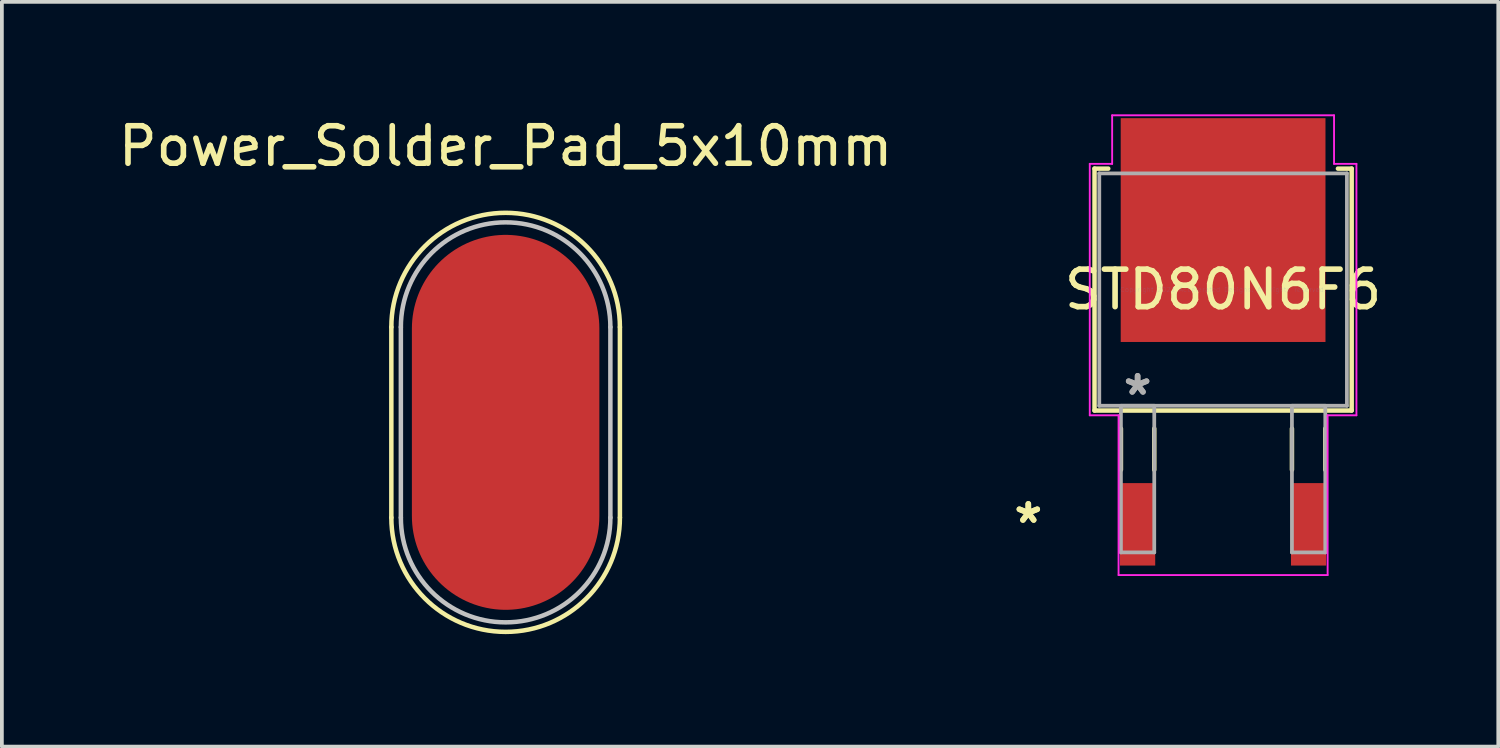
<source format=kicad_pcb>
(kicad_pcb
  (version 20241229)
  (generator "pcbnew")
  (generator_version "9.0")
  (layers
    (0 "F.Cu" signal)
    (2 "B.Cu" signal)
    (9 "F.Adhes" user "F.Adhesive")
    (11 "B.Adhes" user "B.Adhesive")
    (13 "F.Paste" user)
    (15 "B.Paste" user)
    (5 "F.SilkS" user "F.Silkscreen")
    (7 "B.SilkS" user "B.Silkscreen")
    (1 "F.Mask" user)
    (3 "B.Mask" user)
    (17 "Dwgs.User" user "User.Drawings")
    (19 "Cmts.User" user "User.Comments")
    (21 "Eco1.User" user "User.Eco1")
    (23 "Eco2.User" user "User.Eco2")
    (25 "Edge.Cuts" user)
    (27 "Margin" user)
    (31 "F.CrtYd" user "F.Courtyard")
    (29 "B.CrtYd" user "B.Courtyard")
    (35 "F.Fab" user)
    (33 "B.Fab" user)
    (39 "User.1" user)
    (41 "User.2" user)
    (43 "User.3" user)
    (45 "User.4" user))
  (footprint "STD80N6F6"
    (layer "F.Cu")
    (at 29.57 4.673)
    (property "Reference" "STD80N6F6" (at 0 0 0) (layer "F.SilkS") (effects (font (size 1 1) (thickness 0.15))))
    (attr through_hole)
    (fp_line (start -3.429 -3.226) (end -3.429 3.226) (stroke (width 0.12) (type solid)) (layer "F.SilkS"))
    (fp_line (start -3.429 3.226) (end 3.429 3.226) (stroke (width 0.12) (type solid)) (layer "F.SilkS"))
    (fp_line (start -3.063 -3.226) (end -3.429 -3.226) (stroke (width 0.12) (type solid)) (layer "F.SilkS"))
    (fp_line (start -2.725 3.708) (end -2.725 4.806) (stroke (width 0.12) (type solid)) (layer "F.SilkS"))
    (fp_line (start -1.836 3.708) (end -1.836 4.806) (stroke (width 0.12) (type solid)) (layer "F.SilkS"))
    (fp_line (start 1.836 3.708) (end 1.836 4.806) (stroke (width 0.12) (type solid)) (layer "F.SilkS"))
    (fp_line (start 2.725 3.708) (end 2.725 4.806) (stroke (width 0.12) (type solid)) (layer "F.SilkS"))
    (fp_line (start 3.429 -3.226) (end 3.063 -3.226) (stroke (width 0.12) (type solid)) (layer "F.SilkS"))
    (fp_line (start 3.429 3.226) (end 3.429 -3.226) (stroke (width 0.12) (type solid)) (layer "F.SilkS"))
    (fp_line (start -3.556 -3.353) (end -2.959 -3.353) (stroke (width 0.05) (type solid)) (layer "F.CrtYd"))
    (fp_line (start -3.556 3.353) (end -3.556 -3.353) (stroke (width 0.05) (type solid)) (layer "F.CrtYd"))
    (fp_line (start -2.959 -4.648) (end 2.959 -4.648) (stroke (width 0.05) (type solid)) (layer "F.CrtYd"))
    (fp_line (start -2.959 -3.353) (end -2.959 -4.648) (stroke (width 0.05) (type solid)) (layer "F.CrtYd"))
    (fp_line (start -2.788 3.353) (end -3.556 3.353) (stroke (width 0.05) (type solid)) (layer "F.CrtYd"))
    (fp_line (start -2.788 7.614) (end -2.788 3.353) (stroke (width 0.05) (type solid)) (layer "F.CrtYd"))
    (fp_line (start 2.788 3.353) (end 2.788 7.614) (stroke (width 0.05) (type solid)) (layer "F.CrtYd"))
    (fp_line (start 2.788 7.614) (end -2.788 7.614) (stroke (width 0.05) (type solid)) (layer "F.CrtYd"))
    (fp_line (start 2.959 -4.648) (end 2.959 -3.353) (stroke (width 0.05) (type solid)) (layer "F.CrtYd"))
    (fp_line (start 2.959 -3.353) (end 3.556 -3.353) (stroke (width 0.05) (type solid)) (layer "F.CrtYd"))
    (fp_line (start 3.556 -3.353) (end 3.556 3.353) (stroke (width 0.05) (type solid)) (layer "F.CrtYd"))
    (fp_line (start 3.556 3.353) (end 2.788 3.353) (stroke (width 0.05) (type solid)) (layer "F.CrtYd"))
    (fp_line (start -3.302 -3.099) (end -3.302 3.099) (stroke (width 0.1) (type solid)) (layer "F.Fab"))
    (fp_line (start -3.302 3.099) (end 3.302 3.099) (stroke (width 0.1) (type solid)) (layer "F.Fab"))
    (fp_line (start -2.725 3.099) (end -2.725 7.01) (stroke (width 0.1) (type solid)) (layer "F.Fab"))
    (fp_line (start -2.725 7.01) (end -1.836 7.01) (stroke (width 0.1) (type solid)) (layer "F.Fab"))
    (fp_line (start -1.836 3.099) (end -2.725 3.099) (stroke (width 0.1) (type solid)) (layer "F.Fab"))
    (fp_line (start -1.836 7.01) (end -1.836 3.099) (stroke (width 0.1) (type solid)) (layer "F.Fab"))
    (fp_line (start 1.836 3.099) (end 1.836 7.01) (stroke (width 0.1) (type solid)) (layer "F.Fab"))
    (fp_line (start 1.836 7.01) (end 2.725 7.01) (stroke (width 0.1) (type solid)) (layer "F.Fab"))
    (fp_line (start 2.725 3.099) (end 1.836 3.099) (stroke (width 0.1) (type solid)) (layer "F.Fab"))
    (fp_line (start 2.725 7.01) (end 2.725 3.099) (stroke (width 0.1) (type solid)) (layer "F.Fab"))
    (fp_line (start 3.302 -3.099) (end -3.302 -3.099) (stroke (width 0.1) (type solid)) (layer "F.Fab"))
    (fp_line (start 3.302 3.099) (end 3.302 -3.099) (stroke (width 0.1) (type solid)) (layer "F.Fab"))
    (fp_text user "*" (at -5.195 6.261 0) (layer "F.SilkS") (effects (font (size 1 1) (thickness 0.15))))
    (fp_text user "*" (at -5.195 6.261 0) (layer "F.SilkS") (effects (font (size 1 1) (thickness 0.15))))
    (fp_text user "Copyright 2021 Accelerated Designs. All rights reserved." (at 0 0 0) (layer "Cmts.User") (effects (font (size 0.127 0.127) (thickness 0.002))))
    (fp_text user "*" (at -2.28 2.845 0) (layer "F.Fab") (effects (font (size 1 1) (thickness 0.15))))
    (fp_text user "*" (at -2.28 2.845 0) (layer "F.Fab") (effects (font (size 1 1) (thickness 0.15))))
    (pad "1" smd rect (at -2.28 6.261) (size 0.939 2.199) (layers "F.Cu" "F.Mask" "F.Paste"))
    (pad "2" smd rect (at 0 -1.587) (size 5.461 5.969) (layers "F.Cu" "F.Mask" "F.Paste"))
    (pad "3" smd rect (at 2.28 6.261) (size 0.939 2.199) (layers "F.Cu" "F.Mask" "F.Paste")))
  (footprint "Power_Solder_Pad_5x10mm"
    (layer "F.Cu")
    (at 10.435 5.928)
    (property "Reference" "Power_Solder_Pad_5x10mm" (at 0 -5.08 0) (layer "F.SilkS") (effects (font (size 1 1) (thickness 0.15))))
    (attr through_hole)
    (fp_line (start -3.048 -0.254) (end -3.048 4.826) (stroke (width 0.12) (type solid)) (layer "F.SilkS"))
    (fp_line (start 3.048 4.826) (end 3.048 -0.254) (stroke (width 0.12) (type solid)) (layer "F.SilkS"))
    (fp_arc (start -3.048 -0.254) (mid 0 -3.302) (end 3.048 -0.254) (stroke (width 0.12) (type solid)) (layer "F.SilkS"))
    (fp_arc (start 3.048 4.826) (mid 0 7.874) (end -3.048 4.826) (stroke (width 0.12) (type solid)) (layer "F.SilkS"))
    (fp_line (start -2.794 -0.254) (end -2.794 4.826) (stroke (width 0.12) (type solid)) (layer "Dwgs.User"))
    (fp_line (start 2.794 4.826) (end 2.794 -0.254) (stroke (width 0.12) (type solid)) (layer "Dwgs.User"))
    (fp_arc (start -2.794 -0.254) (mid 0 -3.048) (end 2.794 -0.254) (stroke (width 0.12) (type solid)) (layer "Dwgs.User"))
    (fp_arc (start 2.794 4.826) (mid 0 7.62) (end -2.794 4.826) (stroke (width 0.12) (type solid)) (layer "Dwgs.User"))
    (pad "1" smd oval (at 0 2.286) (size 5 10) (layers "F.Cu" "F.Mask" "F.Paste")))
  (gr_rect
    (start -3 -3)
    (end 36.909 16.862)
    (stroke (width 0.1) (type default))
    (fill no)
    (layer "Edge.Cuts")))
</source>
